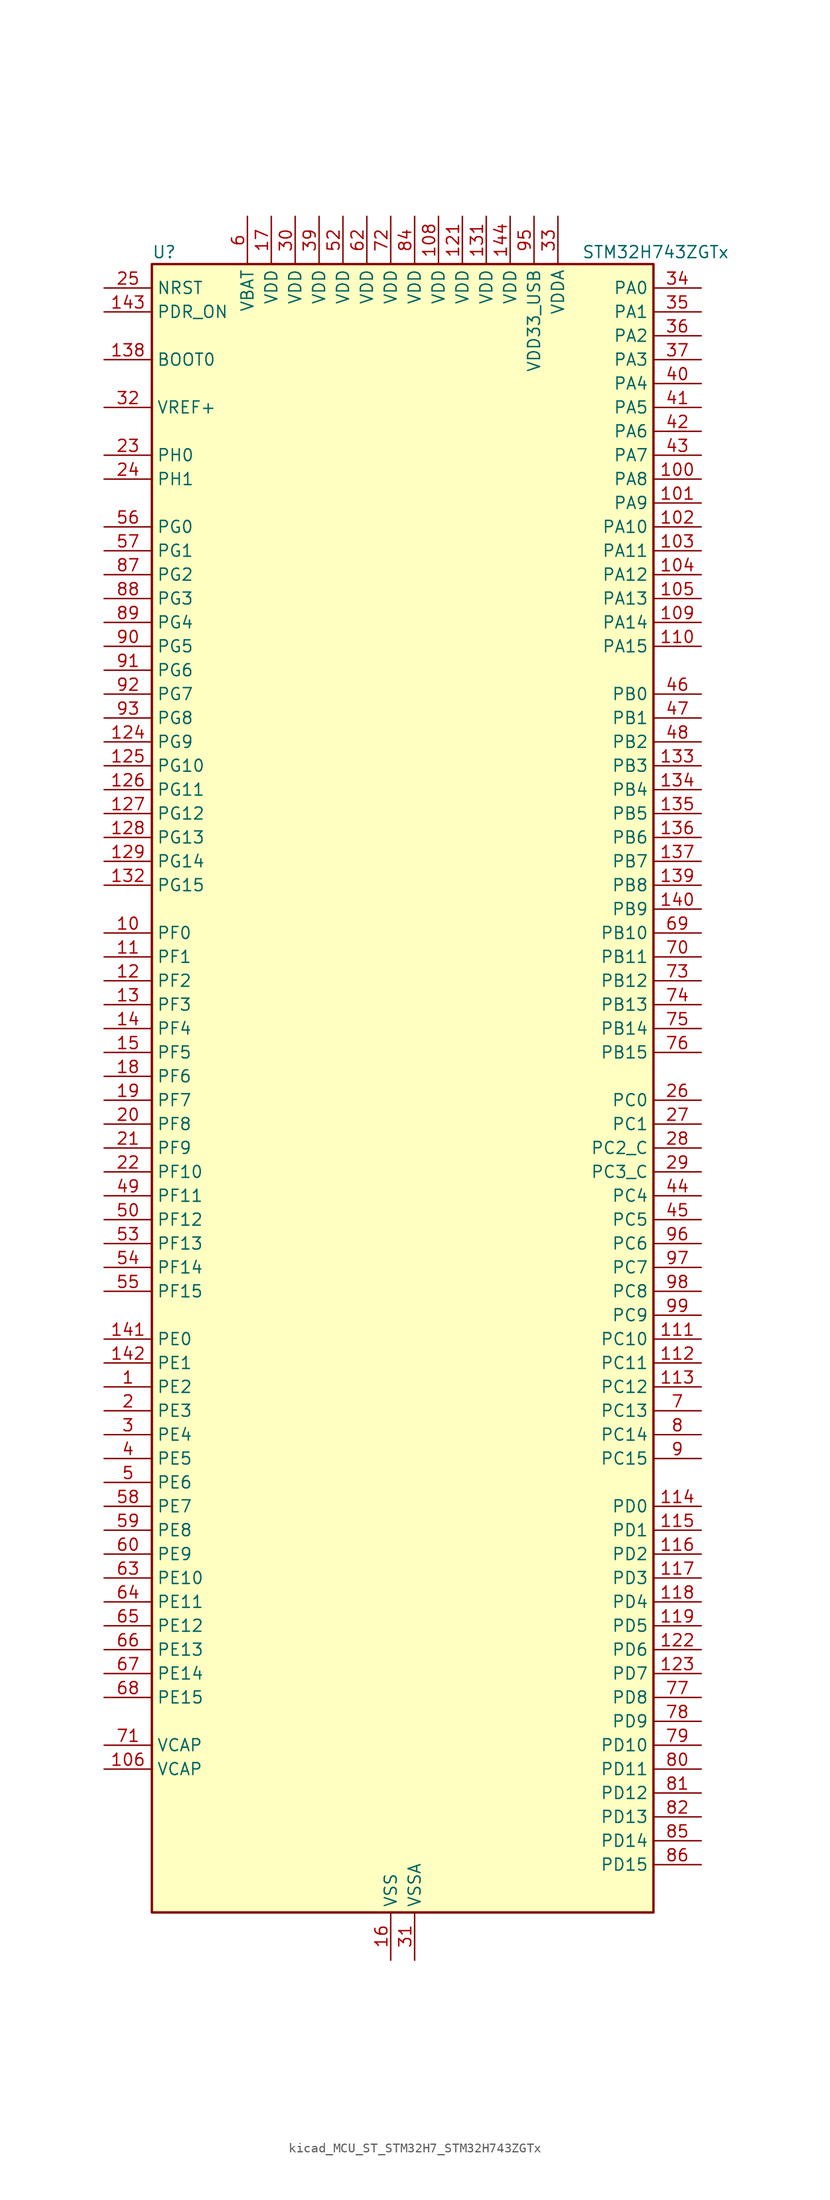
<source format=kicad_sym>
(kicad_symbol_lib
  (version 20220914)
  (generator kicad_symbol_editor)
  (symbol "kicad_MCU_ST_STM32H7_STM32H743ZGTx"
    (property "Reference" "U"
      (at -25.4 90.17 0)
      (effects (font (size 1.27 1.27)) (justify left)))
    (property "Value" "STM32H743ZGTx"
      (at 20.32 90.17 0)
      (effects (font (size 1.27 1.27)) (justify left)))
    (property "ki_locked" ""
      (at 0 0 0)
      (effects (font (size 1.27 1.27))))
    (symbol "kicad_MCU_ST_STM32H7_STM32H743ZGTx_0_1"
      (rectangle (start -25.4 -86.36) (end 27.94 88.9) (stroke (width 0.254) (type default)) (fill (type background))))
    (symbol "kicad_MCU_ST_STM32H7_STM32H743ZGTx_1_1"
      (pin bidirectional line (at -30.48 -30.48 0) (length 5.08) (name "PE2" (effects (font (size 1.27 1.27)))) (number "1" (effects (font (size 1.27 1.27)))) (alternate "DEBUG_TRACECLK" bidirectional line) (alternate "ETH_TXD3" bidirectional line) (alternate "FMC_A23" bidirectional line) (alternate "QUADSPI_BK1_IO2" bidirectional line) (alternate "SAI1_CK1" bidirectional line) (alternate "SAI1_MCLK_A" bidirectional line) (alternate "SAI4_CK1" bidirectional line) (alternate "SAI4_MCLK_A" bidirectional line) (alternate "SPI4_SCK" bidirectional line))
      (pin bidirectional line (at -30.48 17.78 0) (length 5.08) (name "PF0" (effects (font (size 1.27 1.27)))) (number "10" (effects (font (size 1.27 1.27)))) (alternate "FMC_A0" bidirectional line) (alternate "I2C2_SDA" bidirectional line))
      (pin bidirectional line (at 33.02 66.04 180) (length 5.08) (name "PA8" (effects (font (size 1.27 1.27)))) (number "100" (effects (font (size 1.27 1.27)))) (alternate "HRTIM_CHB2" bidirectional line) (alternate "I2C3_SCL" bidirectional line) (alternate "LTDC_B3" bidirectional line) (alternate "LTDC_R6" bidirectional line) (alternate "RCC_MCO_1" bidirectional line) (alternate "TIM1_CH1" bidirectional line) (alternate "TIM8_BKIN2" bidirectional line) (alternate "TIM8_BKIN2_COMP1" bidirectional line) (alternate "TIM8_BKIN2_COMP2" bidirectional line) (alternate "UART7_RX" bidirectional line) (alternate "USART1_CK" bidirectional line) (alternate "USB_OTG_FS_SOF" bidirectional line))
      (pin bidirectional line (at 33.02 63.5 180) (length 5.08) (name "PA9" (effects (font (size 1.27 1.27)))) (number "101" (effects (font (size 1.27 1.27)))) (alternate "DAC1_EXTI9" bidirectional line) (alternate "DCMI_D0" bidirectional line) (alternate "HRTIM_CHC1" bidirectional line) (alternate "I2C3_SMBA" bidirectional line) (alternate "I2S2_CK" bidirectional line) (alternate "LPUART1_TX" bidirectional line) (alternate "LTDC_R5" bidirectional line) (alternate "SPI2_SCK" bidirectional line) (alternate "TIM1_CH2" bidirectional line) (alternate "USART1_TX" bidirectional line) (alternate "USB_OTG_FS_VBUS" bidirectional line))
      (pin bidirectional line (at 33.02 60.96 180) (length 5.08) (name "PA10" (effects (font (size 1.27 1.27)))) (number "102" (effects (font (size 1.27 1.27)))) (alternate "DCMI_D1" bidirectional line) (alternate "HRTIM_CHC2" bidirectional line) (alternate "LPUART1_RX" bidirectional line) (alternate "LTDC_B1" bidirectional line) (alternate "LTDC_B4" bidirectional line) (alternate "MDIOS_MDIO" bidirectional line) (alternate "TIM1_CH3" bidirectional line) (alternate "USART1_RX" bidirectional line) (alternate "USB_OTG_FS_ID" bidirectional line))
      (pin bidirectional line (at 33.02 58.42 180) (length 5.08) (name "PA11" (effects (font (size 1.27 1.27)))) (number "103" (effects (font (size 1.27 1.27)))) (alternate "ADC1_EXTI11" bidirectional line) (alternate "ADC2_EXTI11" bidirectional line) (alternate "ADC3_EXTI11" bidirectional line) (alternate "FDCAN1_RX" bidirectional line) (alternate "HRTIM_CHD1" bidirectional line) (alternate "I2S2_WS" bidirectional line) (alternate "LPUART1_CTS" bidirectional line) (alternate "LTDC_R4" bidirectional line) (alternate "SPI2_NSS" bidirectional line) (alternate "TIM1_CH4" bidirectional line) (alternate "UART4_RX" bidirectional line) (alternate "USART1_CTS" bidirectional line) (alternate "USART1_NSS" bidirectional line) (alternate "USB_OTG_FS_DM" bidirectional line))
      (pin bidirectional line (at 33.02 55.88 180) (length 5.08) (name "PA12" (effects (font (size 1.27 1.27)))) (number "104" (effects (font (size 1.27 1.27)))) (alternate "FDCAN1_TX" bidirectional line) (alternate "HRTIM_CHD2" bidirectional line) (alternate "I2S2_CK" bidirectional line) (alternate "LPUART1_DE" bidirectional line) (alternate "LPUART1_RTS" bidirectional line) (alternate "LTDC_R5" bidirectional line) (alternate "SAI2_FS_B" bidirectional line) (alternate "SPI2_SCK" bidirectional line) (alternate "TIM1_ETR" bidirectional line) (alternate "UART4_TX" bidirectional line) (alternate "USART1_DE" bidirectional line) (alternate "USART1_RTS" bidirectional line) (alternate "USB_OTG_FS_DP" bidirectional line))
      (pin bidirectional line (at 33.02 53.34 180) (length 5.08) (name "PA13" (effects (font (size 1.27 1.27)))) (number "105" (effects (font (size 1.27 1.27)))) (alternate "DEBUG_JTMS-SWDIO" bidirectional line))
      (pin power_out line (at -30.48 -71.12 0) (length 5.08) (name "VCAP" (effects (font (size 1.27 1.27)))) (number "106" (effects (font (size 1.27 1.27)))))
      (pin passive line (at 0 -91.44 90) (length 5.08) hide (name "VSS" (effects (font (size 1.27 1.27)))) (number "107" (effects (font (size 1.27 1.27)))))
      (pin power_in line (at 5.08 93.98 270) (length 5.08) (name "VDD" (effects (font (size 1.27 1.27)))) (number "108" (effects (font (size 1.27 1.27)))))
      (pin bidirectional line (at 33.02 50.8 180) (length 5.08) (name "PA14" (effects (font (size 1.27 1.27)))) (number "109" (effects (font (size 1.27 1.27)))) (alternate "DEBUG_JTCK-SWCLK" bidirectional line))
      (pin bidirectional line (at -30.48 15.24 0) (length 5.08) (name "PF1" (effects (font (size 1.27 1.27)))) (number "11" (effects (font (size 1.27 1.27)))) (alternate "FMC_A1" bidirectional line) (alternate "I2C2_SCL" bidirectional line))
      (pin bidirectional line (at 33.02 48.26 180) (length 5.08) (name "PA15" (effects (font (size 1.27 1.27)))) (number "110" (effects (font (size 1.27 1.27)))) (alternate "ADC1_EXTI15" bidirectional line) (alternate "ADC2_EXTI15" bidirectional line) (alternate "ADC3_EXTI15" bidirectional line) (alternate "CEC" bidirectional line) (alternate "DEBUG_JTDI" bidirectional line) (alternate "HRTIM_FLT1" bidirectional line) (alternate "I2S1_WS" bidirectional line) (alternate "I2S3_WS" bidirectional line) (alternate "SPI1_NSS" bidirectional line) (alternate "SPI3_NSS" bidirectional line) (alternate "SPI6_NSS" bidirectional line) (alternate "TIM2_CH1" bidirectional line) (alternate "TIM2_ETR" bidirectional line) (alternate "UART4_DE" bidirectional line) (alternate "UART4_RTS" bidirectional line) (alternate "UART7_TX" bidirectional line))
      (pin bidirectional line (at 33.02 -25.4 180) (length 5.08) (name "PC10" (effects (font (size 1.27 1.27)))) (number "111" (effects (font (size 1.27 1.27)))) (alternate "DCMI_D8" bidirectional line) (alternate "DFSDM1_CKIN5" bidirectional line) (alternate "HRTIM_EEV1" bidirectional line) (alternate "I2S3_CK" bidirectional line) (alternate "LTDC_R2" bidirectional line) (alternate "QUADSPI_BK1_IO1" bidirectional line) (alternate "SDMMC1_D2" bidirectional line) (alternate "SPI3_SCK" bidirectional line) (alternate "UART4_TX" bidirectional line) (alternate "USART3_TX" bidirectional line))
      (pin bidirectional line (at 33.02 -27.94 180) (length 5.08) (name "PC11" (effects (font (size 1.27 1.27)))) (number "112" (effects (font (size 1.27 1.27)))) (alternate "ADC1_EXTI11" bidirectional line) (alternate "ADC2_EXTI11" bidirectional line) (alternate "ADC3_EXTI11" bidirectional line) (alternate "DCMI_D4" bidirectional line) (alternate "DFSDM1_DATIN5" bidirectional line) (alternate "HRTIM_FLT2" bidirectional line) (alternate "I2S3_SDI" bidirectional line) (alternate "QUADSPI_BK2_NCS" bidirectional line) (alternate "SDMMC1_D3" bidirectional line) (alternate "SPI3_MISO" bidirectional line) (alternate "UART4_RX" bidirectional line) (alternate "USART3_RX" bidirectional line))
      (pin bidirectional line (at 33.02 -30.48 180) (length 5.08) (name "PC12" (effects (font (size 1.27 1.27)))) (number "113" (effects (font (size 1.27 1.27)))) (alternate "DCMI_D9" bidirectional line) (alternate "DEBUG_TRACED3" bidirectional line) (alternate "HRTIM_EEV2" bidirectional line) (alternate "I2S3_SDO" bidirectional line) (alternate "SDMMC1_CK" bidirectional line) (alternate "SPI3_MOSI" bidirectional line) (alternate "UART5_TX" bidirectional line) (alternate "USART3_CK" bidirectional line))
      (pin bidirectional line (at 33.02 -43.18 180) (length 5.08) (name "PD0" (effects (font (size 1.27 1.27)))) (number "114" (effects (font (size 1.27 1.27)))) (alternate "DFSDM1_CKIN6" bidirectional line) (alternate "FDCAN1_RX" bidirectional line) (alternate "FMC_D2" bidirectional line) (alternate "FMC_DA2" bidirectional line) (alternate "SAI3_SCK_A" bidirectional line) (alternate "UART4_RX" bidirectional line))
      (pin bidirectional line (at 33.02 -45.72 180) (length 5.08) (name "PD1" (effects (font (size 1.27 1.27)))) (number "115" (effects (font (size 1.27 1.27)))) (alternate "DFSDM1_DATIN6" bidirectional line) (alternate "FDCAN1_TX" bidirectional line) (alternate "FMC_D3" bidirectional line) (alternate "FMC_DA3" bidirectional line) (alternate "SAI3_SD_A" bidirectional line) (alternate "UART4_TX" bidirectional line))
      (pin bidirectional line (at 33.02 -48.26 180) (length 5.08) (name "PD2" (effects (font (size 1.27 1.27)))) (number "116" (effects (font (size 1.27 1.27)))) (alternate "DCMI_D11" bidirectional line) (alternate "DEBUG_TRACED2" bidirectional line) (alternate "SDMMC1_CMD" bidirectional line) (alternate "TIM3_ETR" bidirectional line) (alternate "UART5_RX" bidirectional line))
      (pin bidirectional line (at 33.02 -50.8 180) (length 5.08) (name "PD3" (effects (font (size 1.27 1.27)))) (number "117" (effects (font (size 1.27 1.27)))) (alternate "DCMI_D5" bidirectional line) (alternate "DFSDM1_CKOUT" bidirectional line) (alternate "FMC_CLK" bidirectional line) (alternate "I2S2_CK" bidirectional line) (alternate "LTDC_G7" bidirectional line) (alternate "SPI2_SCK" bidirectional line) (alternate "USART2_CTS" bidirectional line) (alternate "USART2_NSS" bidirectional line))
      (pin bidirectional line (at 33.02 -53.34 180) (length 5.08) (name "PD4" (effects (font (size 1.27 1.27)))) (number "118" (effects (font (size 1.27 1.27)))) (alternate "FMC_NOE" bidirectional line) (alternate "HRTIM_FLT3" bidirectional line) (alternate "SAI3_FS_A" bidirectional line) (alternate "USART2_DE" bidirectional line) (alternate "USART2_RTS" bidirectional line))
      (pin bidirectional line (at 33.02 -55.88 180) (length 5.08) (name "PD5" (effects (font (size 1.27 1.27)))) (number "119" (effects (font (size 1.27 1.27)))) (alternate "FMC_NWE" bidirectional line) (alternate "HRTIM_EEV3" bidirectional line) (alternate "USART2_TX" bidirectional line))
      (pin bidirectional line (at -30.48 12.7 0) (length 5.08) (name "PF2" (effects (font (size 1.27 1.27)))) (number "12" (effects (font (size 1.27 1.27)))) (alternate "FMC_A2" bidirectional line) (alternate "I2C2_SMBA" bidirectional line))
      (pin passive line (at 0 -91.44 90) (length 5.08) hide (name "VSS" (effects (font (size 1.27 1.27)))) (number "120" (effects (font (size 1.27 1.27)))))
      (pin power_in line (at 7.62 93.98 270) (length 5.08) (name "VDD" (effects (font (size 1.27 1.27)))) (number "121" (effects (font (size 1.27 1.27)))))
      (pin bidirectional line (at 33.02 -58.42 180) (length 5.08) (name "PD6" (effects (font (size 1.27 1.27)))) (number "122" (effects (font (size 1.27 1.27)))) (alternate "DCMI_D10" bidirectional line) (alternate "DFSDM1_CKIN4" bidirectional line) (alternate "DFSDM1_DATIN1" bidirectional line) (alternate "FMC_NWAIT" bidirectional line) (alternate "I2S3_SDO" bidirectional line) (alternate "LTDC_B2" bidirectional line) (alternate "SAI1_D1" bidirectional line) (alternate "SAI1_SD_A" bidirectional line) (alternate "SAI4_D1" bidirectional line) (alternate "SAI4_SD_A" bidirectional line) (alternate "SDMMC2_CK" bidirectional line) (alternate "SPI3_MOSI" bidirectional line) (alternate "USART2_RX" bidirectional line))
      (pin bidirectional line (at 33.02 -60.96 180) (length 5.08) (name "PD7" (effects (font (size 1.27 1.27)))) (number "123" (effects (font (size 1.27 1.27)))) (alternate "DFSDM1_CKIN1" bidirectional line) (alternate "DFSDM1_DATIN4" bidirectional line) (alternate "FMC_NE1" bidirectional line) (alternate "I2S1_SDO" bidirectional line) (alternate "SDMMC2_CMD" bidirectional line) (alternate "SPDIFRX1_IN0" bidirectional line) (alternate "SPI1_MOSI" bidirectional line) (alternate "USART2_CK" bidirectional line))
      (pin bidirectional line (at -30.48 38.1 0) (length 5.08) (name "PG9" (effects (font (size 1.27 1.27)))) (number "124" (effects (font (size 1.27 1.27)))) (alternate "DAC1_EXTI9" bidirectional line) (alternate "DCMI_VSYNC" bidirectional line) (alternate "FMC_NCE" bidirectional line) (alternate "FMC_NE2" bidirectional line) (alternate "I2S1_SDI" bidirectional line) (alternate "QUADSPI_BK2_IO2" bidirectional line) (alternate "SAI2_FS_B" bidirectional line) (alternate "SPDIFRX1_IN3" bidirectional line) (alternate "SPI1_MISO" bidirectional line) (alternate "USART6_RX" bidirectional line))
      (pin bidirectional line (at -30.48 35.56 0) (length 5.08) (name "PG10" (effects (font (size 1.27 1.27)))) (number "125" (effects (font (size 1.27 1.27)))) (alternate "DCMI_D2" bidirectional line) (alternate "FMC_NE3" bidirectional line) (alternate "HRTIM_FLT5" bidirectional line) (alternate "I2S1_WS" bidirectional line) (alternate "LTDC_B2" bidirectional line) (alternate "LTDC_G3" bidirectional line) (alternate "SAI2_SD_B" bidirectional line) (alternate "SPI1_NSS" bidirectional line))
      (pin bidirectional line (at -30.48 33.02 0) (length 5.08) (name "PG11" (effects (font (size 1.27 1.27)))) (number "126" (effects (font (size 1.27 1.27)))) (alternate "ADC1_EXTI11" bidirectional line) (alternate "ADC2_EXTI11" bidirectional line) (alternate "ADC3_EXTI11" bidirectional line) (alternate "DCMI_D3" bidirectional line) (alternate "ETH_TX_EN" bidirectional line) (alternate "HRTIM_EEV4" bidirectional line) (alternate "I2S1_CK" bidirectional line) (alternate "LPTIM1_IN2" bidirectional line) (alternate "LTDC_B3" bidirectional line) (alternate "SDMMC2_D2" bidirectional line) (alternate "SPDIFRX1_IN0" bidirectional line) (alternate "SPI1_SCK" bidirectional line))
      (pin bidirectional line (at -30.48 30.48 0) (length 5.08) (name "PG12" (effects (font (size 1.27 1.27)))) (number "127" (effects (font (size 1.27 1.27)))) (alternate "ETH_TXD1" bidirectional line) (alternate "FMC_NE4" bidirectional line) (alternate "HRTIM_EEV5" bidirectional line) (alternate "LPTIM1_IN1" bidirectional line) (alternate "LTDC_B1" bidirectional line) (alternate "LTDC_B4" bidirectional line) (alternate "SPDIFRX1_IN1" bidirectional line) (alternate "SPI6_MISO" bidirectional line) (alternate "USART6_DE" bidirectional line) (alternate "USART6_RTS" bidirectional line))
      (pin bidirectional line (at -30.48 27.94 0) (length 5.08) (name "PG13" (effects (font (size 1.27 1.27)))) (number "128" (effects (font (size 1.27 1.27)))) (alternate "DEBUG_TRACED0" bidirectional line) (alternate "ETH_TXD0" bidirectional line) (alternate "FMC_A24" bidirectional line) (alternate "HRTIM_EEV10" bidirectional line) (alternate "LPTIM1_OUT" bidirectional line) (alternate "LTDC_R0" bidirectional line) (alternate "SPI6_SCK" bidirectional line) (alternate "USART6_CTS" bidirectional line) (alternate "USART6_NSS" bidirectional line))
      (pin bidirectional line (at -30.48 25.4 0) (length 5.08) (name "PG14" (effects (font (size 1.27 1.27)))) (number "129" (effects (font (size 1.27 1.27)))) (alternate "DEBUG_TRACED1" bidirectional line) (alternate "ETH_TXD1" bidirectional line) (alternate "FMC_A25" bidirectional line) (alternate "LPTIM1_ETR" bidirectional line) (alternate "LTDC_B0" bidirectional line) (alternate "QUADSPI_BK2_IO3" bidirectional line) (alternate "SPI6_MOSI" bidirectional line) (alternate "USART6_TX" bidirectional line))
      (pin bidirectional line (at -30.48 10.16 0) (length 5.08) (name "PF3" (effects (font (size 1.27 1.27)))) (number "13" (effects (font (size 1.27 1.27)))) (alternate "ADC3_INP5" bidirectional line) (alternate "FMC_A3" bidirectional line))
      (pin passive line (at 0 -91.44 90) (length 5.08) hide (name "VSS" (effects (font (size 1.27 1.27)))) (number "130" (effects (font (size 1.27 1.27)))))
      (pin power_in line (at 10.16 93.98 270) (length 5.08) (name "VDD" (effects (font (size 1.27 1.27)))) (number "131" (effects (font (size 1.27 1.27)))))
      (pin bidirectional line (at -30.48 22.86 0) (length 5.08) (name "PG15" (effects (font (size 1.27 1.27)))) (number "132" (effects (font (size 1.27 1.27)))) (alternate "ADC1_EXTI15" bidirectional line) (alternate "ADC2_EXTI15" bidirectional line) (alternate "ADC3_EXTI15" bidirectional line) (alternate "DCMI_D13" bidirectional line) (alternate "FMC_SDNCAS" bidirectional line) (alternate "USART6_CTS" bidirectional line) (alternate "USART6_NSS" bidirectional line))
      (pin bidirectional line (at 33.02 35.56 180) (length 5.08) (name "PB3" (effects (font (size 1.27 1.27)))) (number "133" (effects (font (size 1.27 1.27)))) (alternate "CRS_SYNC" bidirectional line) (alternate "DEBUG_JTDO-SWO" bidirectional line) (alternate "HRTIM_FLT4" bidirectional line) (alternate "I2S1_CK" bidirectional line) (alternate "I2S3_CK" bidirectional line) (alternate "SDMMC2_D2" bidirectional line) (alternate "SPI1_SCK" bidirectional line) (alternate "SPI3_SCK" bidirectional line) (alternate "SPI6_SCK" bidirectional line) (alternate "TIM2_CH2" bidirectional line) (alternate "UART7_RX" bidirectional line))
      (pin bidirectional line (at 33.02 33.02 180) (length 5.08) (name "PB4" (effects (font (size 1.27 1.27)))) (number "134" (effects (font (size 1.27 1.27)))) (alternate "DEBUG_JTRST" bidirectional line) (alternate "HRTIM_EEV6" bidirectional line) (alternate "I2S1_SDI" bidirectional line) (alternate "I2S2_WS" bidirectional line) (alternate "I2S3_SDI" bidirectional line) (alternate "SDMMC2_D3" bidirectional line) (alternate "SPI1_MISO" bidirectional line) (alternate "SPI2_NSS" bidirectional line) (alternate "SPI3_MISO" bidirectional line) (alternate "SPI6_MISO" bidirectional line) (alternate "TIM16_BKIN" bidirectional line) (alternate "TIM3_CH1" bidirectional line) (alternate "UART7_TX" bidirectional line))
      (pin bidirectional line (at 33.02 30.48 180) (length 5.08) (name "PB5" (effects (font (size 1.27 1.27)))) (number "135" (effects (font (size 1.27 1.27)))) (alternate "DCMI_D10" bidirectional line) (alternate "ETH_PPS_OUT" bidirectional line) (alternate "FDCAN2_RX" bidirectional line) (alternate "FMC_SDCKE1" bidirectional line) (alternate "HRTIM_EEV7" bidirectional line) (alternate "I2C1_SMBA" bidirectional line) (alternate "I2C4_SMBA" bidirectional line) (alternate "I2S1_SDO" bidirectional line) (alternate "I2S3_SDO" bidirectional line) (alternate "SPI1_MOSI" bidirectional line) (alternate "SPI3_MOSI" bidirectional line) (alternate "SPI6_MOSI" bidirectional line) (alternate "TIM17_BKIN" bidirectional line) (alternate "TIM3_CH2" bidirectional line) (alternate "UART5_RX" bidirectional line) (alternate "USB_OTG_HS_ULPI_D7" bidirectional line))
      (pin bidirectional line (at 33.02 27.94 180) (length 5.08) (name "PB6" (effects (font (size 1.27 1.27)))) (number "136" (effects (font (size 1.27 1.27)))) (alternate "CEC" bidirectional line) (alternate "DCMI_D5" bidirectional line) (alternate "DFSDM1_DATIN5" bidirectional line) (alternate "FDCAN2_TX" bidirectional line) (alternate "FMC_SDNE1" bidirectional line) (alternate "HRTIM_EEV8" bidirectional line) (alternate "I2C1_SCL" bidirectional line) (alternate "I2C4_SCL" bidirectional line) (alternate "LPUART1_TX" bidirectional line) (alternate "QUADSPI_BK1_NCS" bidirectional line) (alternate "TIM16_CH1N" bidirectional line) (alternate "TIM4_CH1" bidirectional line) (alternate "UART5_TX" bidirectional line) (alternate "USART1_TX" bidirectional line))
      (pin bidirectional line (at 33.02 25.4 180) (length 5.08) (name "PB7" (effects (font (size 1.27 1.27)))) (number "137" (effects (font (size 1.27 1.27)))) (alternate "DCMI_VSYNC" bidirectional line) (alternate "DFSDM1_CKIN5" bidirectional line) (alternate "FMC_NL" bidirectional line) (alternate "HRTIM_EEV9" bidirectional line) (alternate "I2C1_SDA" bidirectional line) (alternate "I2C4_SDA" bidirectional line) (alternate "LPUART1_RX" bidirectional line) (alternate "PWR_PVD_IN" bidirectional line) (alternate "TIM17_CH1N" bidirectional line) (alternate "TIM4_CH2" bidirectional line) (alternate "USART1_RX" bidirectional line))
      (pin input line (at -30.48 78.74 0) (length 5.08) (name "BOOT0" (effects (font (size 1.27 1.27)))) (number "138" (effects (font (size 1.27 1.27)))))
      (pin bidirectional line (at 33.02 22.86 180) (length 5.08) (name "PB8" (effects (font (size 1.27 1.27)))) (number "139" (effects (font (size 1.27 1.27)))) (alternate "DCMI_D6" bidirectional line) (alternate "DFSDM1_CKIN7" bidirectional line) (alternate "ETH_TXD3" bidirectional line) (alternate "FDCAN1_RX" bidirectional line) (alternate "I2C1_SCL" bidirectional line) (alternate "I2C4_SCL" bidirectional line) (alternate "LTDC_B6" bidirectional line) (alternate "SDMMC1_CKIN" bidirectional line) (alternate "SDMMC1_D4" bidirectional line) (alternate "SDMMC2_D4" bidirectional line) (alternate "TIM16_CH1" bidirectional line) (alternate "TIM4_CH3" bidirectional line) (alternate "UART4_RX" bidirectional line))
      (pin bidirectional line (at -30.48 7.62 0) (length 5.08) (name "PF4" (effects (font (size 1.27 1.27)))) (number "14" (effects (font (size 1.27 1.27)))) (alternate "ADC3_INN5" bidirectional line) (alternate "ADC3_INP9" bidirectional line) (alternate "FMC_A4" bidirectional line))
      (pin bidirectional line (at 33.02 20.32 180) (length 5.08) (name "PB9" (effects (font (size 1.27 1.27)))) (number "140" (effects (font (size 1.27 1.27)))) (alternate "DAC1_EXTI9" bidirectional line) (alternate "DCMI_D7" bidirectional line) (alternate "DFSDM1_DATIN7" bidirectional line) (alternate "FDCAN1_TX" bidirectional line) (alternate "I2C1_SDA" bidirectional line) (alternate "I2C4_SDA" bidirectional line) (alternate "I2C4_SMBA" bidirectional line) (alternate "I2S2_WS" bidirectional line) (alternate "LTDC_B7" bidirectional line) (alternate "SDMMC1_CDIR" bidirectional line) (alternate "SDMMC1_D5" bidirectional line) (alternate "SDMMC2_D5" bidirectional line) (alternate "SPI2_NSS" bidirectional line) (alternate "TIM17_CH1" bidirectional line) (alternate "TIM4_CH4" bidirectional line) (alternate "UART4_TX" bidirectional line))
      (pin bidirectional line (at -30.48 -25.4 0) (length 5.08) (name "PE0" (effects (font (size 1.27 1.27)))) (number "141" (effects (font (size 1.27 1.27)))) (alternate "DCMI_D2" bidirectional line) (alternate "FMC_NBL0" bidirectional line) (alternate "HRTIM_SCIN" bidirectional line) (alternate "LPTIM1_ETR" bidirectional line) (alternate "LPTIM2_ETR" bidirectional line) (alternate "SAI2_MCLK_A" bidirectional line) (alternate "TIM4_ETR" bidirectional line) (alternate "UART8_RX" bidirectional line))
      (pin bidirectional line (at -30.48 -27.94 0) (length 5.08) (name "PE1" (effects (font (size 1.27 1.27)))) (number "142" (effects (font (size 1.27 1.27)))) (alternate "DCMI_D3" bidirectional line) (alternate "FMC_NBL1" bidirectional line) (alternate "HRTIM_SCOUT" bidirectional line) (alternate "LPTIM1_IN2" bidirectional line) (alternate "UART8_TX" bidirectional line))
      (pin input line (at -30.48 83.82 0) (length 5.08) (name "PDR_ON" (effects (font (size 1.27 1.27)))) (number "143" (effects (font (size 1.27 1.27)))))
      (pin power_in line (at 12.7 93.98 270) (length 5.08) (name "VDD" (effects (font (size 1.27 1.27)))) (number "144" (effects (font (size 1.27 1.27)))))
      (pin bidirectional line (at -30.48 5.08 0) (length 5.08) (name "PF5" (effects (font (size 1.27 1.27)))) (number "15" (effects (font (size 1.27 1.27)))) (alternate "ADC3_INP4" bidirectional line) (alternate "FMC_A5" bidirectional line))
      (pin power_in line (at 0 -91.44 90) (length 5.08) (name "VSS" (effects (font (size 1.27 1.27)))) (number "16" (effects (font (size 1.27 1.27)))))
      (pin power_in line (at -12.7 93.98 270) (length 5.08) (name "VDD" (effects (font (size 1.27 1.27)))) (number "17" (effects (font (size 1.27 1.27)))))
      (pin bidirectional line (at -30.48 2.54 0) (length 5.08) (name "PF6" (effects (font (size 1.27 1.27)))) (number "18" (effects (font (size 1.27 1.27)))) (alternate "ADC3_INN4" bidirectional line) (alternate "ADC3_INP8" bidirectional line) (alternate "QUADSPI_BK1_IO3" bidirectional line) (alternate "SAI1_SD_B" bidirectional line) (alternate "SAI4_SD_B" bidirectional line) (alternate "SPI5_NSS" bidirectional line) (alternate "TIM16_CH1" bidirectional line) (alternate "UART7_RX" bidirectional line))
      (pin bidirectional line (at -30.48 0 0) (length 5.08) (name "PF7" (effects (font (size 1.27 1.27)))) (number "19" (effects (font (size 1.27 1.27)))) (alternate "ADC3_INP3" bidirectional line) (alternate "QUADSPI_BK1_IO2" bidirectional line) (alternate "SAI1_MCLK_B" bidirectional line) (alternate "SAI4_MCLK_B" bidirectional line) (alternate "SPI5_SCK" bidirectional line) (alternate "TIM17_CH1" bidirectional line) (alternate "UART7_TX" bidirectional line))
      (pin bidirectional line (at -30.48 -33.02 0) (length 5.08) (name "PE3" (effects (font (size 1.27 1.27)))) (number "2" (effects (font (size 1.27 1.27)))) (alternate "DEBUG_TRACED0" bidirectional line) (alternate "FMC_A19" bidirectional line) (alternate "SAI1_SD_B" bidirectional line) (alternate "SAI4_SD_B" bidirectional line) (alternate "TIM15_BKIN" bidirectional line))
      (pin bidirectional line (at -30.48 -2.54 0) (length 5.08) (name "PF8" (effects (font (size 1.27 1.27)))) (number "20" (effects (font (size 1.27 1.27)))) (alternate "ADC3_INN3" bidirectional line) (alternate "ADC3_INP7" bidirectional line) (alternate "QUADSPI_BK1_IO0" bidirectional line) (alternate "SAI1_SCK_B" bidirectional line) (alternate "SAI4_SCK_B" bidirectional line) (alternate "SPI5_MISO" bidirectional line) (alternate "TIM13_CH1" bidirectional line) (alternate "TIM16_CH1N" bidirectional line) (alternate "UART7_DE" bidirectional line) (alternate "UART7_RTS" bidirectional line))
      (pin bidirectional line (at -30.48 -5.08 0) (length 5.08) (name "PF9" (effects (font (size 1.27 1.27)))) (number "21" (effects (font (size 1.27 1.27)))) (alternate "ADC3_INP2" bidirectional line) (alternate "DAC1_EXTI9" bidirectional line) (alternate "QUADSPI_BK1_IO1" bidirectional line) (alternate "SAI1_FS_B" bidirectional line) (alternate "SAI4_FS_B" bidirectional line) (alternate "SPI5_MOSI" bidirectional line) (alternate "TIM14_CH1" bidirectional line) (alternate "TIM17_CH1N" bidirectional line) (alternate "UART7_CTS" bidirectional line))
      (pin bidirectional line (at -30.48 -7.62 0) (length 5.08) (name "PF10" (effects (font (size 1.27 1.27)))) (number "22" (effects (font (size 1.27 1.27)))) (alternate "ADC3_INN2" bidirectional line) (alternate "ADC3_INP6" bidirectional line) (alternate "DCMI_D11" bidirectional line) (alternate "LTDC_DE" bidirectional line) (alternate "QUADSPI_CLK" bidirectional line) (alternate "SAI1_D3" bidirectional line) (alternate "SAI4_D3" bidirectional line) (alternate "TIM16_BKIN" bidirectional line))
      (pin bidirectional line (at -30.48 68.58 0) (length 5.08) (name "PH0" (effects (font (size 1.27 1.27)))) (number "23" (effects (font (size 1.27 1.27)))) (alternate "RCC_OSC_IN" bidirectional line))
      (pin bidirectional line (at -30.48 66.04 0) (length 5.08) (name "PH1" (effects (font (size 1.27 1.27)))) (number "24" (effects (font (size 1.27 1.27)))) (alternate "RCC_OSC_OUT" bidirectional line))
      (pin input line (at -30.48 86.36 0) (length 5.08) (name "NRST" (effects (font (size 1.27 1.27)))) (number "25" (effects (font (size 1.27 1.27)))))
      (pin bidirectional line (at 33.02 0 180) (length 5.08) (name "PC0" (effects (font (size 1.27 1.27)))) (number "26" (effects (font (size 1.27 1.27)))) (alternate "ADC1_INP10" bidirectional line) (alternate "ADC2_INP10" bidirectional line) (alternate "ADC3_INP10" bidirectional line) (alternate "DFSDM1_CKIN0" bidirectional line) (alternate "DFSDM1_DATIN4" bidirectional line) (alternate "FMC_SDNWE" bidirectional line) (alternate "LTDC_R5" bidirectional line) (alternate "SAI2_FS_B" bidirectional line) (alternate "USB_OTG_HS_ULPI_STP" bidirectional line))
      (pin bidirectional line (at 33.02 -2.54 180) (length 5.08) (name "PC1" (effects (font (size 1.27 1.27)))) (number "27" (effects (font (size 1.27 1.27)))) (alternate "ADC1_INN10" bidirectional line) (alternate "ADC1_INP11" bidirectional line) (alternate "ADC2_INN10" bidirectional line) (alternate "ADC2_INP11" bidirectional line) (alternate "ADC3_INN10" bidirectional line) (alternate "ADC3_INP11" bidirectional line) (alternate "DEBUG_TRACED0" bidirectional line) (alternate "DFSDM1_CKIN4" bidirectional line) (alternate "DFSDM1_DATIN0" bidirectional line) (alternate "ETH_MDC" bidirectional line) (alternate "I2S2_SDO" bidirectional line) (alternate "MDIOS_MDC" bidirectional line) (alternate "PWR_WKUP5" bidirectional line) (alternate "RTC_TAMP3" bidirectional line) (alternate "SAI1_D1" bidirectional line) (alternate "SAI1_SD_A" bidirectional line) (alternate "SAI4_D1" bidirectional line) (alternate "SAI4_SD_A" bidirectional line) (alternate "SDMMC2_CK" bidirectional line) (alternate "SPI2_MOSI" bidirectional line))
      (pin bidirectional line (at 33.02 -5.08 180) (length 5.08) (name "PC2_C" (effects (font (size 1.27 1.27)))) (number "28" (effects (font (size 1.27 1.27)))) (alternate "ADC3_INN1" bidirectional line) (alternate "ADC3_INP0" bidirectional line) (alternate "DFSDM1_CKIN1" bidirectional line) (alternate "DFSDM1_CKOUT" bidirectional line) (alternate "ETH_TXD2" bidirectional line) (alternate "FMC_SDNE0" bidirectional line) (alternate "I2S2_SDI" bidirectional line) (alternate "PWR_CSTOP" bidirectional line) (alternate "SPI2_MISO" bidirectional line) (alternate "USB_OTG_HS_ULPI_DIR" bidirectional line))
      (pin bidirectional line (at 33.02 -7.62 180) (length 5.08) (name "PC3_C" (effects (font (size 1.27 1.27)))) (number "29" (effects (font (size 1.27 1.27)))) (alternate "ADC3_INP1" bidirectional line) (alternate "DFSDM1_DATIN1" bidirectional line) (alternate "ETH_TX_CLK" bidirectional line) (alternate "FMC_SDCKE0" bidirectional line) (alternate "I2S2_SDO" bidirectional line) (alternate "PWR_CSLEEP" bidirectional line) (alternate "SPI2_MOSI" bidirectional line) (alternate "USB_OTG_HS_ULPI_NXT" bidirectional line))
      (pin bidirectional line (at -30.48 -35.56 0) (length 5.08) (name "PE4" (effects (font (size 1.27 1.27)))) (number "3" (effects (font (size 1.27 1.27)))) (alternate "DCMI_D4" bidirectional line) (alternate "DEBUG_TRACED1" bidirectional line) (alternate "DFSDM1_DATIN3" bidirectional line) (alternate "FMC_A20" bidirectional line) (alternate "LTDC_B0" bidirectional line) (alternate "SAI1_D2" bidirectional line) (alternate "SAI1_FS_A" bidirectional line) (alternate "SAI4_D2" bidirectional line) (alternate "SAI4_FS_A" bidirectional line) (alternate "SPI4_NSS" bidirectional line) (alternate "TIM15_CH1N" bidirectional line))
      (pin power_in line (at -10.16 93.98 270) (length 5.08) (name "VDD" (effects (font (size 1.27 1.27)))) (number "30" (effects (font (size 1.27 1.27)))))
      (pin power_in line (at 2.54 -91.44 90) (length 5.08) (name "VSSA" (effects (font (size 1.27 1.27)))) (number "31" (effects (font (size 1.27 1.27)))))
      (pin input line (at -30.48 73.66 0) (length 5.08) (name "VREF+" (effects (font (size 1.27 1.27)))) (number "32" (effects (font (size 1.27 1.27)))) (alternate "VREFBUF_OUT" bidirectional line))
      (pin power_in line (at 17.78 93.98 270) (length 5.08) (name "VDDA" (effects (font (size 1.27 1.27)))) (number "33" (effects (font (size 1.27 1.27)))))
      (pin bidirectional line (at 33.02 86.36 180) (length 5.08) (name "PA0" (effects (font (size 1.27 1.27)))) (number "34" (effects (font (size 1.27 1.27)))) (alternate "ADC1_INP16" bidirectional line) (alternate "ETH_CRS" bidirectional line) (alternate "PWR_WKUP0" bidirectional line) (alternate "SAI2_SD_B" bidirectional line) (alternate "SDMMC2_CMD" bidirectional line) (alternate "TIM15_BKIN" bidirectional line) (alternate "TIM2_CH1" bidirectional line) (alternate "TIM2_ETR" bidirectional line) (alternate "TIM5_CH1" bidirectional line) (alternate "TIM8_ETR" bidirectional line) (alternate "UART4_TX" bidirectional line) (alternate "USART2_CTS" bidirectional line) (alternate "USART2_NSS" bidirectional line))
      (pin bidirectional line (at 33.02 83.82 180) (length 5.08) (name "PA1" (effects (font (size 1.27 1.27)))) (number "35" (effects (font (size 1.27 1.27)))) (alternate "ADC1_INN16" bidirectional line) (alternate "ADC1_INP17" bidirectional line) (alternate "ETH_REF_CLK" bidirectional line) (alternate "ETH_RX_CLK" bidirectional line) (alternate "LPTIM3_OUT" bidirectional line) (alternate "LTDC_R2" bidirectional line) (alternate "QUADSPI_BK1_IO3" bidirectional line) (alternate "SAI2_MCLK_B" bidirectional line) (alternate "TIM15_CH1N" bidirectional line) (alternate "TIM2_CH2" bidirectional line) (alternate "TIM5_CH2" bidirectional line) (alternate "UART4_RX" bidirectional line) (alternate "USART2_DE" bidirectional line) (alternate "USART2_RTS" bidirectional line))
      (pin bidirectional line (at 33.02 81.28 180) (length 5.08) (name "PA2" (effects (font (size 1.27 1.27)))) (number "36" (effects (font (size 1.27 1.27)))) (alternate "ADC1_INP14" bidirectional line) (alternate "ADC2_INP14" bidirectional line) (alternate "ETH_MDIO" bidirectional line) (alternate "LPTIM4_OUT" bidirectional line) (alternate "LTDC_R1" bidirectional line) (alternate "MDIOS_MDIO" bidirectional line) (alternate "PWR_WKUP1" bidirectional line) (alternate "SAI2_SCK_B" bidirectional line) (alternate "TIM15_CH1" bidirectional line) (alternate "TIM2_CH3" bidirectional line) (alternate "TIM5_CH3" bidirectional line) (alternate "USART2_TX" bidirectional line))
      (pin bidirectional line (at 33.02 78.74 180) (length 5.08) (name "PA3" (effects (font (size 1.27 1.27)))) (number "37" (effects (font (size 1.27 1.27)))) (alternate "ADC1_INP15" bidirectional line) (alternate "ADC2_INP15" bidirectional line) (alternate "ETH_COL" bidirectional line) (alternate "LPTIM5_OUT" bidirectional line) (alternate "LTDC_B2" bidirectional line) (alternate "LTDC_B5" bidirectional line) (alternate "TIM15_CH2" bidirectional line) (alternate "TIM2_CH4" bidirectional line) (alternate "TIM5_CH4" bidirectional line) (alternate "USART2_RX" bidirectional line) (alternate "USB_OTG_HS_ULPI_D0" bidirectional line))
      (pin passive line (at 0 -91.44 90) (length 5.08) hide (name "VSS" (effects (font (size 1.27 1.27)))) (number "38" (effects (font (size 1.27 1.27)))))
      (pin power_in line (at -7.62 93.98 270) (length 5.08) (name "VDD" (effects (font (size 1.27 1.27)))) (number "39" (effects (font (size 1.27 1.27)))))
      (pin bidirectional line (at -30.48 -38.1 0) (length 5.08) (name "PE5" (effects (font (size 1.27 1.27)))) (number "4" (effects (font (size 1.27 1.27)))) (alternate "DCMI_D6" bidirectional line) (alternate "DEBUG_TRACED2" bidirectional line) (alternate "DFSDM1_CKIN3" bidirectional line) (alternate "FMC_A21" bidirectional line) (alternate "LTDC_G0" bidirectional line) (alternate "SAI1_CK2" bidirectional line) (alternate "SAI1_SCK_A" bidirectional line) (alternate "SAI4_CK2" bidirectional line) (alternate "SAI4_SCK_A" bidirectional line) (alternate "SPI4_MISO" bidirectional line) (alternate "TIM15_CH1" bidirectional line))
      (pin bidirectional line (at 33.02 76.2 180) (length 5.08) (name "PA4" (effects (font (size 1.27 1.27)))) (number "40" (effects (font (size 1.27 1.27)))) (alternate "ADC1_INP18" bidirectional line) (alternate "ADC2_INP18" bidirectional line) (alternate "DAC1_OUT1" bidirectional line) (alternate "DCMI_HSYNC" bidirectional line) (alternate "I2S1_WS" bidirectional line) (alternate "I2S3_WS" bidirectional line) (alternate "LTDC_VSYNC" bidirectional line) (alternate "SPI1_NSS" bidirectional line) (alternate "SPI3_NSS" bidirectional line) (alternate "SPI6_NSS" bidirectional line) (alternate "TIM5_ETR" bidirectional line) (alternate "USART2_CK" bidirectional line) (alternate "USB_OTG_HS_SOF" bidirectional line))
      (pin bidirectional line (at 33.02 73.66 180) (length 5.08) (name "PA5" (effects (font (size 1.27 1.27)))) (number "41" (effects (font (size 1.27 1.27)))) (alternate "ADC1_INN18" bidirectional line) (alternate "ADC1_INP19" bidirectional line) (alternate "ADC2_INN18" bidirectional line) (alternate "ADC2_INP19" bidirectional line) (alternate "DAC1_OUT2" bidirectional line) (alternate "I2S1_CK" bidirectional line) (alternate "LTDC_R4" bidirectional line) (alternate "PWR_NDSTOP2" bidirectional line) (alternate "SPI1_SCK" bidirectional line) (alternate "SPI6_SCK" bidirectional line) (alternate "TIM2_CH1" bidirectional line) (alternate "TIM2_ETR" bidirectional line) (alternate "TIM8_CH1N" bidirectional line) (alternate "USB_OTG_HS_ULPI_CK" bidirectional line))
      (pin bidirectional line (at 33.02 71.12 180) (length 5.08) (name "PA6" (effects (font (size 1.27 1.27)))) (number "42" (effects (font (size 1.27 1.27)))) (alternate "ADC1_INP3" bidirectional line) (alternate "ADC2_INP3" bidirectional line) (alternate "DCMI_PIXCLK" bidirectional line) (alternate "I2S1_SDI" bidirectional line) (alternate "LTDC_G2" bidirectional line) (alternate "MDIOS_MDC" bidirectional line) (alternate "SPI1_MISO" bidirectional line) (alternate "SPI6_MISO" bidirectional line) (alternate "TIM13_CH1" bidirectional line) (alternate "TIM1_BKIN" bidirectional line) (alternate "TIM1_BKIN_COMP1" bidirectional line) (alternate "TIM1_BKIN_COMP2" bidirectional line) (alternate "TIM3_CH1" bidirectional line) (alternate "TIM8_BKIN" bidirectional line) (alternate "TIM8_BKIN_COMP1" bidirectional line) (alternate "TIM8_BKIN_COMP2" bidirectional line))
      (pin bidirectional line (at 33.02 68.58 180) (length 5.08) (name "PA7" (effects (font (size 1.27 1.27)))) (number "43" (effects (font (size 1.27 1.27)))) (alternate "ADC1_INN3" bidirectional line) (alternate "ADC1_INP7" bidirectional line) (alternate "ADC2_INN3" bidirectional line) (alternate "ADC2_INP7" bidirectional line) (alternate "ETH_CRS_DV" bidirectional line) (alternate "ETH_RX_DV" bidirectional line) (alternate "FMC_SDNWE" bidirectional line) (alternate "I2S1_SDO" bidirectional line) (alternate "OPAMP1_VINM" bidirectional line) (alternate "OPAMP1_VINM1" bidirectional line) (alternate "SPI1_MOSI" bidirectional line) (alternate "SPI6_MOSI" bidirectional line) (alternate "TIM14_CH1" bidirectional line) (alternate "TIM1_CH1N" bidirectional line) (alternate "TIM3_CH2" bidirectional line) (alternate "TIM8_CH1N" bidirectional line))
      (pin bidirectional line (at 33.02 -10.16 180) (length 5.08) (name "PC4" (effects (font (size 1.27 1.27)))) (number "44" (effects (font (size 1.27 1.27)))) (alternate "ADC1_INP4" bidirectional line) (alternate "ADC2_INP4" bidirectional line) (alternate "COMP1_INM" bidirectional line) (alternate "DFSDM1_CKIN2" bidirectional line) (alternate "ETH_RXD0" bidirectional line) (alternate "FMC_SDNE0" bidirectional line) (alternate "I2S1_MCK" bidirectional line) (alternate "OPAMP1_VOUT" bidirectional line) (alternate "SPDIFRX1_IN2" bidirectional line))
      (pin bidirectional line (at 33.02 -12.7 180) (length 5.08) (name "PC5" (effects (font (size 1.27 1.27)))) (number "45" (effects (font (size 1.27 1.27)))) (alternate "ADC1_INN4" bidirectional line) (alternate "ADC1_INP8" bidirectional line) (alternate "ADC2_INN4" bidirectional line) (alternate "ADC2_INP8" bidirectional line) (alternate "COMP1_OUT" bidirectional line) (alternate "DFSDM1_DATIN2" bidirectional line) (alternate "ETH_RXD1" bidirectional line) (alternate "FMC_SDCKE0" bidirectional line) (alternate "OPAMP1_VINM" bidirectional line) (alternate "OPAMP1_VINM0" bidirectional line) (alternate "SAI1_D3" bidirectional line) (alternate "SAI4_D3" bidirectional line) (alternate "SPDIFRX1_IN3" bidirectional line))
      (pin bidirectional line (at 33.02 43.18 180) (length 5.08) (name "PB0" (effects (font (size 1.27 1.27)))) (number "46" (effects (font (size 1.27 1.27)))) (alternate "ADC1_INN5" bidirectional line) (alternate "ADC1_INP9" bidirectional line) (alternate "ADC2_INN5" bidirectional line) (alternate "ADC2_INP9" bidirectional line) (alternate "COMP1_INP" bidirectional line) (alternate "DFSDM1_CKOUT" bidirectional line) (alternate "ETH_RXD2" bidirectional line) (alternate "LTDC_G1" bidirectional line) (alternate "LTDC_R3" bidirectional line) (alternate "OPAMP1_VINP" bidirectional line) (alternate "TIM1_CH2N" bidirectional line) (alternate "TIM3_CH3" bidirectional line) (alternate "TIM8_CH2N" bidirectional line) (alternate "UART4_CTS" bidirectional line) (alternate "USB_OTG_HS_ULPI_D1" bidirectional line))
      (pin bidirectional line (at 33.02 40.64 180) (length 5.08) (name "PB1" (effects (font (size 1.27 1.27)))) (number "47" (effects (font (size 1.27 1.27)))) (alternate "ADC1_INP5" bidirectional line) (alternate "ADC2_INP5" bidirectional line) (alternate "COMP1_INM" bidirectional line) (alternate "DFSDM1_DATIN1" bidirectional line) (alternate "ETH_RXD3" bidirectional line) (alternate "LTDC_G0" bidirectional line) (alternate "LTDC_R6" bidirectional line) (alternate "TIM1_CH3N" bidirectional line) (alternate "TIM3_CH4" bidirectional line) (alternate "TIM8_CH3N" bidirectional line) (alternate "USB_OTG_HS_ULPI_D2" bidirectional line))
      (pin bidirectional line (at 33.02 38.1 180) (length 5.08) (name "PB2" (effects (font (size 1.27 1.27)))) (number "48" (effects (font (size 1.27 1.27)))) (alternate "COMP1_INP" bidirectional line) (alternate "DFSDM1_CKIN1" bidirectional line) (alternate "I2S3_SDO" bidirectional line) (alternate "QUADSPI_CLK" bidirectional line) (alternate "RTC_OUT_ALARM" bidirectional line) (alternate "RTC_OUT_CALIB" bidirectional line) (alternate "SAI1_D1" bidirectional line) (alternate "SAI1_SD_A" bidirectional line) (alternate "SAI4_D1" bidirectional line) (alternate "SAI4_SD_A" bidirectional line) (alternate "SPI3_MOSI" bidirectional line))
      (pin bidirectional line (at -30.48 -10.16 0) (length 5.08) (name "PF11" (effects (font (size 1.27 1.27)))) (number "49" (effects (font (size 1.27 1.27)))) (alternate "ADC1_EXTI11" bidirectional line) (alternate "ADC1_INP2" bidirectional line) (alternate "ADC2_EXTI11" bidirectional line) (alternate "ADC3_EXTI11" bidirectional line) (alternate "DCMI_D12" bidirectional line) (alternate "FMC_SDNRAS" bidirectional line) (alternate "SAI2_SD_B" bidirectional line) (alternate "SPI5_MOSI" bidirectional line))
      (pin bidirectional line (at -30.48 -40.64 0) (length 5.08) (name "PE6" (effects (font (size 1.27 1.27)))) (number "5" (effects (font (size 1.27 1.27)))) (alternate "DCMI_D7" bidirectional line) (alternate "DEBUG_TRACED3" bidirectional line) (alternate "FMC_A22" bidirectional line) (alternate "LTDC_G1" bidirectional line) (alternate "SAI1_D1" bidirectional line) (alternate "SAI1_SD_A" bidirectional line) (alternate "SAI2_MCLK_B" bidirectional line) (alternate "SAI4_D1" bidirectional line) (alternate "SAI4_SD_A" bidirectional line) (alternate "SPI4_MOSI" bidirectional line) (alternate "TIM15_CH2" bidirectional line) (alternate "TIM1_BKIN2" bidirectional line) (alternate "TIM1_BKIN2_COMP1" bidirectional line) (alternate "TIM1_BKIN2_COMP2" bidirectional line))
      (pin bidirectional line (at -30.48 -12.7 0) (length 5.08) (name "PF12" (effects (font (size 1.27 1.27)))) (number "50" (effects (font (size 1.27 1.27)))) (alternate "ADC1_INN2" bidirectional line) (alternate "ADC1_INP6" bidirectional line) (alternate "FMC_A6" bidirectional line))
      (pin passive line (at 0 -91.44 90) (length 5.08) hide (name "VSS" (effects (font (size 1.27 1.27)))) (number "51" (effects (font (size 1.27 1.27)))))
      (pin power_in line (at -5.08 93.98 270) (length 5.08) (name "VDD" (effects (font (size 1.27 1.27)))) (number "52" (effects (font (size 1.27 1.27)))))
      (pin bidirectional line (at -30.48 -15.24 0) (length 5.08) (name "PF13" (effects (font (size 1.27 1.27)))) (number "53" (effects (font (size 1.27 1.27)))) (alternate "ADC2_INP2" bidirectional line) (alternate "DFSDM1_DATIN6" bidirectional line) (alternate "FMC_A7" bidirectional line) (alternate "I2C4_SMBA" bidirectional line))
      (pin bidirectional line (at -30.48 -17.78 0) (length 5.08) (name "PF14" (effects (font (size 1.27 1.27)))) (number "54" (effects (font (size 1.27 1.27)))) (alternate "ADC2_INN2" bidirectional line) (alternate "ADC2_INP6" bidirectional line) (alternate "DFSDM1_CKIN6" bidirectional line) (alternate "FMC_A8" bidirectional line) (alternate "I2C4_SCL" bidirectional line))
      (pin bidirectional line (at -30.48 -20.32 0) (length 5.08) (name "PF15" (effects (font (size 1.27 1.27)))) (number "55" (effects (font (size 1.27 1.27)))) (alternate "ADC1_EXTI15" bidirectional line) (alternate "ADC2_EXTI15" bidirectional line) (alternate "ADC3_EXTI15" bidirectional line) (alternate "FMC_A9" bidirectional line) (alternate "I2C4_SDA" bidirectional line))
      (pin bidirectional line (at -30.48 60.96 0) (length 5.08) (name "PG0" (effects (font (size 1.27 1.27)))) (number "56" (effects (font (size 1.27 1.27)))) (alternate "FMC_A10" bidirectional line))
      (pin bidirectional line (at -30.48 58.42 0) (length 5.08) (name "PG1" (effects (font (size 1.27 1.27)))) (number "57" (effects (font (size 1.27 1.27)))) (alternate "FMC_A11" bidirectional line) (alternate "OPAMP2_VINM" bidirectional line) (alternate "OPAMP2_VINM1" bidirectional line))
      (pin bidirectional line (at -30.48 -43.18 0) (length 5.08) (name "PE7" (effects (font (size 1.27 1.27)))) (number "58" (effects (font (size 1.27 1.27)))) (alternate "COMP2_INM" bidirectional line) (alternate "DFSDM1_DATIN2" bidirectional line) (alternate "FMC_D4" bidirectional line) (alternate "FMC_DA4" bidirectional line) (alternate "OPAMP2_VOUT" bidirectional line) (alternate "QUADSPI_BK2_IO0" bidirectional line) (alternate "TIM1_ETR" bidirectional line) (alternate "UART7_RX" bidirectional line))
      (pin bidirectional line (at -30.48 -45.72 0) (length 5.08) (name "PE8" (effects (font (size 1.27 1.27)))) (number "59" (effects (font (size 1.27 1.27)))) (alternate "COMP2_OUT" bidirectional line) (alternate "DFSDM1_CKIN2" bidirectional line) (alternate "FMC_D5" bidirectional line) (alternate "FMC_DA5" bidirectional line) (alternate "OPAMP2_VINM" bidirectional line) (alternate "OPAMP2_VINM0" bidirectional line) (alternate "QUADSPI_BK2_IO1" bidirectional line) (alternate "TIM1_CH1N" bidirectional line) (alternate "UART7_TX" bidirectional line))
      (pin power_in line (at -15.24 93.98 270) (length 5.08) (name "VBAT" (effects (font (size 1.27 1.27)))) (number "6" (effects (font (size 1.27 1.27)))))
      (pin bidirectional line (at -30.48 -48.26 0) (length 5.08) (name "PE9" (effects (font (size 1.27 1.27)))) (number "60" (effects (font (size 1.27 1.27)))) (alternate "COMP2_INP" bidirectional line) (alternate "DAC1_EXTI9" bidirectional line) (alternate "DFSDM1_CKOUT" bidirectional line) (alternate "FMC_D6" bidirectional line) (alternate "FMC_DA6" bidirectional line) (alternate "OPAMP2_VINP" bidirectional line) (alternate "QUADSPI_BK2_IO2" bidirectional line) (alternate "TIM1_CH1" bidirectional line) (alternate "UART7_DE" bidirectional line) (alternate "UART7_RTS" bidirectional line))
      (pin passive line (at 0 -91.44 90) (length 5.08) hide (name "VSS" (effects (font (size 1.27 1.27)))) (number "61" (effects (font (size 1.27 1.27)))))
      (pin power_in line (at -2.54 93.98 270) (length 5.08) (name "VDD" (effects (font (size 1.27 1.27)))) (number "62" (effects (font (size 1.27 1.27)))))
      (pin bidirectional line (at -30.48 -50.8 0) (length 5.08) (name "PE10" (effects (font (size 1.27 1.27)))) (number "63" (effects (font (size 1.27 1.27)))) (alternate "COMP2_INM" bidirectional line) (alternate "DFSDM1_DATIN4" bidirectional line) (alternate "FMC_D7" bidirectional line) (alternate "FMC_DA7" bidirectional line) (alternate "QUADSPI_BK2_IO3" bidirectional line) (alternate "TIM1_CH2N" bidirectional line) (alternate "UART7_CTS" bidirectional line))
      (pin bidirectional line (at -30.48 -53.34 0) (length 5.08) (name "PE11" (effects (font (size 1.27 1.27)))) (number "64" (effects (font (size 1.27 1.27)))) (alternate "ADC1_EXTI11" bidirectional line) (alternate "ADC2_EXTI11" bidirectional line) (alternate "ADC3_EXTI11" bidirectional line) (alternate "COMP2_INP" bidirectional line) (alternate "DFSDM1_CKIN4" bidirectional line) (alternate "FMC_D8" bidirectional line) (alternate "FMC_DA8" bidirectional line) (alternate "LTDC_G3" bidirectional line) (alternate "SAI2_SD_B" bidirectional line) (alternate "SPI4_NSS" bidirectional line) (alternate "TIM1_CH2" bidirectional line))
      (pin bidirectional line (at -30.48 -55.88 0) (length 5.08) (name "PE12" (effects (font (size 1.27 1.27)))) (number "65" (effects (font (size 1.27 1.27)))) (alternate "COMP1_OUT" bidirectional line) (alternate "DFSDM1_DATIN5" bidirectional line) (alternate "FMC_D9" bidirectional line) (alternate "FMC_DA9" bidirectional line) (alternate "LTDC_B4" bidirectional line) (alternate "SAI2_SCK_B" bidirectional line) (alternate "SPI4_SCK" bidirectional line) (alternate "TIM1_CH3N" bidirectional line))
      (pin bidirectional line (at -30.48 -58.42 0) (length 5.08) (name "PE13" (effects (font (size 1.27 1.27)))) (number "66" (effects (font (size 1.27 1.27)))) (alternate "COMP2_OUT" bidirectional line) (alternate "DFSDM1_CKIN5" bidirectional line) (alternate "FMC_D10" bidirectional line) (alternate "FMC_DA10" bidirectional line) (alternate "LTDC_DE" bidirectional line) (alternate "SAI2_FS_B" bidirectional line) (alternate "SPI4_MISO" bidirectional line) (alternate "TIM1_CH3" bidirectional line))
      (pin bidirectional line (at -30.48 -60.96 0) (length 5.08) (name "PE14" (effects (font (size 1.27 1.27)))) (number "67" (effects (font (size 1.27 1.27)))) (alternate "FMC_D11" bidirectional line) (alternate "FMC_DA11" bidirectional line) (alternate "LTDC_CLK" bidirectional line) (alternate "SAI2_MCLK_B" bidirectional line) (alternate "SPI4_MOSI" bidirectional line) (alternate "TIM1_CH4" bidirectional line))
      (pin bidirectional line (at -30.48 -63.5 0) (length 5.08) (name "PE15" (effects (font (size 1.27 1.27)))) (number "68" (effects (font (size 1.27 1.27)))) (alternate "ADC1_EXTI15" bidirectional line) (alternate "ADC2_EXTI15" bidirectional line) (alternate "ADC3_EXTI15" bidirectional line) (alternate "FMC_D12" bidirectional line) (alternate "FMC_DA12" bidirectional line) (alternate "LTDC_R7" bidirectional line) (alternate "TIM1_BKIN" bidirectional line) (alternate "TIM1_BKIN_COMP1" bidirectional line) (alternate "TIM1_BKIN_COMP2" bidirectional line))
      (pin bidirectional line (at 33.02 17.78 180) (length 5.08) (name "PB10" (effects (font (size 1.27 1.27)))) (number "69" (effects (font (size 1.27 1.27)))) (alternate "DFSDM1_DATIN7" bidirectional line) (alternate "ETH_RX_ER" bidirectional line) (alternate "HRTIM_SCOUT" bidirectional line) (alternate "I2C2_SCL" bidirectional line) (alternate "I2S2_CK" bidirectional line) (alternate "LPTIM2_IN1" bidirectional line) (alternate "LTDC_G4" bidirectional line) (alternate "QUADSPI_BK1_NCS" bidirectional line) (alternate "SPI2_SCK" bidirectional line) (alternate "TIM2_CH3" bidirectional line) (alternate "USART3_TX" bidirectional line) (alternate "USB_OTG_HS_ULPI_D3" bidirectional line))
      (pin bidirectional line (at 33.02 -33.02 180) (length 5.08) (name "PC13" (effects (font (size 1.27 1.27)))) (number "7" (effects (font (size 1.27 1.27)))) (alternate "PWR_WKUP2" bidirectional line) (alternate "RTC_OUT_ALARM" bidirectional line) (alternate "RTC_OUT_CALIB" bidirectional line) (alternate "RTC_TAMP1" bidirectional line) (alternate "RTC_TS" bidirectional line))
      (pin bidirectional line (at 33.02 15.24 180) (length 5.08) (name "PB11" (effects (font (size 1.27 1.27)))) (number "70" (effects (font (size 1.27 1.27)))) (alternate "ADC1_EXTI11" bidirectional line) (alternate "ADC2_EXTI11" bidirectional line) (alternate "ADC3_EXTI11" bidirectional line) (alternate "DFSDM1_CKIN7" bidirectional line) (alternate "ETH_TX_EN" bidirectional line) (alternate "HRTIM_SCIN" bidirectional line) (alternate "I2C2_SDA" bidirectional line) (alternate "LPTIM2_ETR" bidirectional line) (alternate "LTDC_G5" bidirectional line) (alternate "TIM2_CH4" bidirectional line) (alternate "USART3_RX" bidirectional line) (alternate "USB_OTG_HS_ULPI_D4" bidirectional line))
      (pin power_out line (at -30.48 -68.58 0) (length 5.08) (name "VCAP" (effects (font (size 1.27 1.27)))) (number "71" (effects (font (size 1.27 1.27)))))
      (pin power_in line (at 0 93.98 270) (length 5.08) (name "VDD" (effects (font (size 1.27 1.27)))) (number "72" (effects (font (size 1.27 1.27)))))
      (pin bidirectional line (at 33.02 12.7 180) (length 5.08) (name "PB12" (effects (font (size 1.27 1.27)))) (number "73" (effects (font (size 1.27 1.27)))) (alternate "DFSDM1_DATIN1" bidirectional line) (alternate "ETH_TXD0" bidirectional line) (alternate "FDCAN2_RX" bidirectional line) (alternate "I2C2_SMBA" bidirectional line) (alternate "I2S2_WS" bidirectional line) (alternate "SPI2_NSS" bidirectional line) (alternate "TIM1_BKIN" bidirectional line) (alternate "TIM1_BKIN_COMP1" bidirectional line) (alternate "TIM1_BKIN_COMP2" bidirectional line) (alternate "UART5_RX" bidirectional line) (alternate "USART3_CK" bidirectional line) (alternate "USB_OTG_HS_ID" bidirectional line) (alternate "USB_OTG_HS_ULPI_D5" bidirectional line))
      (pin bidirectional line (at 33.02 10.16 180) (length 5.08) (name "PB13" (effects (font (size 1.27 1.27)))) (number "74" (effects (font (size 1.27 1.27)))) (alternate "DFSDM1_CKIN1" bidirectional line) (alternate "ETH_TXD1" bidirectional line) (alternate "FDCAN2_TX" bidirectional line) (alternate "I2S2_CK" bidirectional line) (alternate "LPTIM2_OUT" bidirectional line) (alternate "SPI2_SCK" bidirectional line) (alternate "TIM1_CH1N" bidirectional line) (alternate "UART5_TX" bidirectional line) (alternate "USART3_CTS" bidirectional line) (alternate "USART3_NSS" bidirectional line) (alternate "USB_OTG_HS_ULPI_D6" bidirectional line) (alternate "USB_OTG_HS_VBUS" bidirectional line))
      (pin bidirectional line (at 33.02 7.62 180) (length 5.08) (name "PB14" (effects (font (size 1.27 1.27)))) (number "75" (effects (font (size 1.27 1.27)))) (alternate "DFSDM1_DATIN2" bidirectional line) (alternate "I2S2_SDI" bidirectional line) (alternate "SDMMC2_D0" bidirectional line) (alternate "SPI2_MISO" bidirectional line) (alternate "TIM12_CH1" bidirectional line) (alternate "TIM1_CH2N" bidirectional line) (alternate "TIM8_CH2N" bidirectional line) (alternate "UART4_DE" bidirectional line) (alternate "UART4_RTS" bidirectional line) (alternate "USART1_TX" bidirectional line) (alternate "USART3_DE" bidirectional line) (alternate "USART3_RTS" bidirectional line) (alternate "USB_OTG_HS_DM" bidirectional line))
      (pin bidirectional line (at 33.02 5.08 180) (length 5.08) (name "PB15" (effects (font (size 1.27 1.27)))) (number "76" (effects (font (size 1.27 1.27)))) (alternate "ADC1_EXTI15" bidirectional line) (alternate "ADC2_EXTI15" bidirectional line) (alternate "ADC3_EXTI15" bidirectional line) (alternate "DFSDM1_CKIN2" bidirectional line) (alternate "I2S2_SDO" bidirectional line) (alternate "RTC_REFIN" bidirectional line) (alternate "SDMMC2_D1" bidirectional line) (alternate "SPI2_MOSI" bidirectional line) (alternate "TIM12_CH2" bidirectional line) (alternate "TIM1_CH3N" bidirectional line) (alternate "TIM8_CH3N" bidirectional line) (alternate "UART4_CTS" bidirectional line) (alternate "USART1_RX" bidirectional line) (alternate "USB_OTG_HS_DP" bidirectional line))
      (pin bidirectional line (at 33.02 -63.5 180) (length 5.08) (name "PD8" (effects (font (size 1.27 1.27)))) (number "77" (effects (font (size 1.27 1.27)))) (alternate "DFSDM1_CKIN3" bidirectional line) (alternate "FMC_D13" bidirectional line) (alternate "FMC_DA13" bidirectional line) (alternate "SAI3_SCK_B" bidirectional line) (alternate "SPDIFRX1_IN1" bidirectional line) (alternate "USART3_TX" bidirectional line))
      (pin bidirectional line (at 33.02 -66.04 180) (length 5.08) (name "PD9" (effects (font (size 1.27 1.27)))) (number "78" (effects (font (size 1.27 1.27)))) (alternate "DAC1_EXTI9" bidirectional line) (alternate "DFSDM1_DATIN3" bidirectional line) (alternate "FMC_D14" bidirectional line) (alternate "FMC_DA14" bidirectional line) (alternate "SAI3_SD_B" bidirectional line) (alternate "USART3_RX" bidirectional line))
      (pin bidirectional line (at 33.02 -68.58 180) (length 5.08) (name "PD10" (effects (font (size 1.27 1.27)))) (number "79" (effects (font (size 1.27 1.27)))) (alternate "DFSDM1_CKOUT" bidirectional line) (alternate "FMC_D15" bidirectional line) (alternate "FMC_DA15" bidirectional line) (alternate "LTDC_B3" bidirectional line) (alternate "SAI3_FS_B" bidirectional line) (alternate "USART3_CK" bidirectional line))
      (pin bidirectional line (at 33.02 -35.56 180) (length 5.08) (name "PC14" (effects (font (size 1.27 1.27)))) (number "8" (effects (font (size 1.27 1.27)))) (alternate "RCC_OSC32_IN" bidirectional line))
      (pin bidirectional line (at 33.02 -71.12 180) (length 5.08) (name "PD11" (effects (font (size 1.27 1.27)))) (number "80" (effects (font (size 1.27 1.27)))) (alternate "ADC1_EXTI11" bidirectional line) (alternate "ADC2_EXTI11" bidirectional line) (alternate "ADC3_EXTI11" bidirectional line) (alternate "FMC_A16" bidirectional line) (alternate "FMC_CLE" bidirectional line) (alternate "I2C4_SMBA" bidirectional line) (alternate "LPTIM2_IN2" bidirectional line) (alternate "QUADSPI_BK1_IO0" bidirectional line) (alternate "SAI2_SD_A" bidirectional line) (alternate "USART3_CTS" bidirectional line) (alternate "USART3_NSS" bidirectional line))
      (pin bidirectional line (at 33.02 -73.66 180) (length 5.08) (name "PD12" (effects (font (size 1.27 1.27)))) (number "81" (effects (font (size 1.27 1.27)))) (alternate "FMC_A17" bidirectional line) (alternate "FMC_ALE" bidirectional line) (alternate "I2C4_SCL" bidirectional line) (alternate "LPTIM1_IN1" bidirectional line) (alternate "LPTIM2_IN1" bidirectional line) (alternate "QUADSPI_BK1_IO1" bidirectional line) (alternate "SAI2_FS_A" bidirectional line) (alternate "TIM4_CH1" bidirectional line) (alternate "USART3_DE" bidirectional line) (alternate "USART3_RTS" bidirectional line))
      (pin bidirectional line (at 33.02 -76.2 180) (length 5.08) (name "PD13" (effects (font (size 1.27 1.27)))) (number "82" (effects (font (size 1.27 1.27)))) (alternate "FMC_A18" bidirectional line) (alternate "I2C4_SDA" bidirectional line) (alternate "LPTIM1_OUT" bidirectional line) (alternate "QUADSPI_BK1_IO3" bidirectional line) (alternate "SAI2_SCK_A" bidirectional line) (alternate "TIM4_CH2" bidirectional line))
      (pin passive line (at 0 -91.44 90) (length 5.08) hide (name "VSS" (effects (font (size 1.27 1.27)))) (number "83" (effects (font (size 1.27 1.27)))))
      (pin power_in line (at 2.54 93.98 270) (length 5.08) (name "VDD" (effects (font (size 1.27 1.27)))) (number "84" (effects (font (size 1.27 1.27)))))
      (pin bidirectional line (at 33.02 -78.74 180) (length 5.08) (name "PD14" (effects (font (size 1.27 1.27)))) (number "85" (effects (font (size 1.27 1.27)))) (alternate "FMC_D0" bidirectional line) (alternate "FMC_DA0" bidirectional line) (alternate "SAI3_MCLK_B" bidirectional line) (alternate "TIM4_CH3" bidirectional line) (alternate "UART8_CTS" bidirectional line))
      (pin bidirectional line (at 33.02 -81.28 180) (length 5.08) (name "PD15" (effects (font (size 1.27 1.27)))) (number "86" (effects (font (size 1.27 1.27)))) (alternate "ADC1_EXTI15" bidirectional line) (alternate "ADC2_EXTI15" bidirectional line) (alternate "ADC3_EXTI15" bidirectional line) (alternate "FMC_D1" bidirectional line) (alternate "FMC_DA1" bidirectional line) (alternate "SAI3_MCLK_A" bidirectional line) (alternate "TIM4_CH4" bidirectional line) (alternate "UART8_DE" bidirectional line) (alternate "UART8_RTS" bidirectional line))
      (pin bidirectional line (at -30.48 55.88 0) (length 5.08) (name "PG2" (effects (font (size 1.27 1.27)))) (number "87" (effects (font (size 1.27 1.27)))) (alternate "FMC_A12" bidirectional line) (alternate "TIM8_BKIN" bidirectional line) (alternate "TIM8_BKIN_COMP1" bidirectional line) (alternate "TIM8_BKIN_COMP2" bidirectional line))
      (pin bidirectional line (at -30.48 53.34 0) (length 5.08) (name "PG3" (effects (font (size 1.27 1.27)))) (number "88" (effects (font (size 1.27 1.27)))) (alternate "FMC_A13" bidirectional line) (alternate "TIM8_BKIN2" bidirectional line) (alternate "TIM8_BKIN2_COMP1" bidirectional line) (alternate "TIM8_BKIN2_COMP2" bidirectional line))
      (pin bidirectional line (at -30.48 50.8 0) (length 5.08) (name "PG4" (effects (font (size 1.27 1.27)))) (number "89" (effects (font (size 1.27 1.27)))) (alternate "FMC_A14" bidirectional line) (alternate "FMC_BA0" bidirectional line) (alternate "TIM1_BKIN2" bidirectional line) (alternate "TIM1_BKIN2_COMP1" bidirectional line) (alternate "TIM1_BKIN2_COMP2" bidirectional line))
      (pin bidirectional line (at 33.02 -38.1 180) (length 5.08) (name "PC15" (effects (font (size 1.27 1.27)))) (number "9" (effects (font (size 1.27 1.27)))) (alternate "ADC1_EXTI15" bidirectional line) (alternate "ADC2_EXTI15" bidirectional line) (alternate "ADC3_EXTI15" bidirectional line) (alternate "RCC_OSC32_OUT" bidirectional line))
      (pin bidirectional line (at -30.48 48.26 0) (length 5.08) (name "PG5" (effects (font (size 1.27 1.27)))) (number "90" (effects (font (size 1.27 1.27)))) (alternate "FMC_A15" bidirectional line) (alternate "FMC_BA1" bidirectional line) (alternate "TIM1_ETR" bidirectional line))
      (pin bidirectional line (at -30.48 45.72 0) (length 5.08) (name "PG6" (effects (font (size 1.27 1.27)))) (number "91" (effects (font (size 1.27 1.27)))) (alternate "DCMI_D12" bidirectional line) (alternate "FMC_NE3" bidirectional line) (alternate "HRTIM_CHE1" bidirectional line) (alternate "LTDC_R7" bidirectional line) (alternate "QUADSPI_BK1_NCS" bidirectional line) (alternate "TIM17_BKIN" bidirectional line))
      (pin bidirectional line (at -30.48 43.18 0) (length 5.08) (name "PG7" (effects (font (size 1.27 1.27)))) (number "92" (effects (font (size 1.27 1.27)))) (alternate "DCMI_D13" bidirectional line) (alternate "FMC_INT" bidirectional line) (alternate "HRTIM_CHE2" bidirectional line) (alternate "LTDC_CLK" bidirectional line) (alternate "SAI1_MCLK_A" bidirectional line) (alternate "USART6_CK" bidirectional line))
      (pin bidirectional line (at -30.48 40.64 0) (length 5.08) (name "PG8" (effects (font (size 1.27 1.27)))) (number "93" (effects (font (size 1.27 1.27)))) (alternate "ETH_PPS_OUT" bidirectional line) (alternate "FMC_SDCLK" bidirectional line) (alternate "LTDC_G7" bidirectional line) (alternate "SPDIFRX1_IN2" bidirectional line) (alternate "SPI6_NSS" bidirectional line) (alternate "TIM8_ETR" bidirectional line) (alternate "USART6_DE" bidirectional line) (alternate "USART6_RTS" bidirectional line))
      (pin passive line (at 0 -91.44 90) (length 5.08) hide (name "VSS" (effects (font (size 1.27 1.27)))) (number "94" (effects (font (size 1.27 1.27)))))
      (pin power_in line (at 15.24 93.98 270) (length 5.08) (name "VDD33_USB" (effects (font (size 1.27 1.27)))) (number "95" (effects (font (size 1.27 1.27)))))
      (pin bidirectional line (at 33.02 -15.24 180) (length 5.08) (name "PC6" (effects (font (size 1.27 1.27)))) (number "96" (effects (font (size 1.27 1.27)))) (alternate "DCMI_D0" bidirectional line) (alternate "DFSDM1_CKIN3" bidirectional line) (alternate "FMC_NWAIT" bidirectional line) (alternate "HRTIM_CHA1" bidirectional line) (alternate "I2S2_MCK" bidirectional line) (alternate "LTDC_HSYNC" bidirectional line) (alternate "SDMMC1_D0DIR" bidirectional line) (alternate "SDMMC1_D6" bidirectional line) (alternate "SDMMC2_D6" bidirectional line) (alternate "SWPMI1_IO" bidirectional line) (alternate "TIM3_CH1" bidirectional line) (alternate "TIM8_CH1" bidirectional line) (alternate "USART6_TX" bidirectional line))
      (pin bidirectional line (at 33.02 -17.78 180) (length 5.08) (name "PC7" (effects (font (size 1.27 1.27)))) (number "97" (effects (font (size 1.27 1.27)))) (alternate "DCMI_D1" bidirectional line) (alternate "DEBUG_TRGIO" bidirectional line) (alternate "DFSDM1_DATIN3" bidirectional line) (alternate "FMC_NE1" bidirectional line) (alternate "HRTIM_CHA2" bidirectional line) (alternate "I2S3_MCK" bidirectional line) (alternate "LTDC_G6" bidirectional line) (alternate "SDMMC1_D123DIR" bidirectional line) (alternate "SDMMC1_D7" bidirectional line) (alternate "SDMMC2_D7" bidirectional line) (alternate "SWPMI1_TX" bidirectional line) (alternate "TIM3_CH2" bidirectional line) (alternate "TIM8_CH2" bidirectional line) (alternate "USART6_RX" bidirectional line))
      (pin bidirectional line (at 33.02 -20.32 180) (length 5.08) (name "PC8" (effects (font (size 1.27 1.27)))) (number "98" (effects (font (size 1.27 1.27)))) (alternate "DCMI_D2" bidirectional line) (alternate "DEBUG_TRACED1" bidirectional line) (alternate "FMC_NCE" bidirectional line) (alternate "FMC_NE2" bidirectional line) (alternate "HRTIM_CHB1" bidirectional line) (alternate "SDMMC1_D0" bidirectional line) (alternate "SWPMI1_RX" bidirectional line) (alternate "TIM3_CH3" bidirectional line) (alternate "TIM8_CH3" bidirectional line) (alternate "UART5_DE" bidirectional line) (alternate "UART5_RTS" bidirectional line) (alternate "USART6_CK" bidirectional line))
      (pin bidirectional line (at 33.02 -22.86 180) (length 5.08) (name "PC9" (effects (font (size 1.27 1.27)))) (number "99" (effects (font (size 1.27 1.27)))) (alternate "DAC1_EXTI9" bidirectional line) (alternate "DCMI_D3" bidirectional line) (alternate "I2C3_SDA" bidirectional line) (alternate "I2S_CKIN" bidirectional line) (alternate "LTDC_B2" bidirectional line) (alternate "LTDC_G3" bidirectional line) (alternate "QUADSPI_BK1_IO0" bidirectional line) (alternate "RCC_MCO_2" bidirectional line) (alternate "SDMMC1_D1" bidirectional line) (alternate "SWPMI1_SUSPEND" bidirectional line) (alternate "TIM3_CH4" bidirectional line) (alternate "TIM8_CH4" bidirectional line) (alternate "UART5_CTS" bidirectional line)))))
</source>
